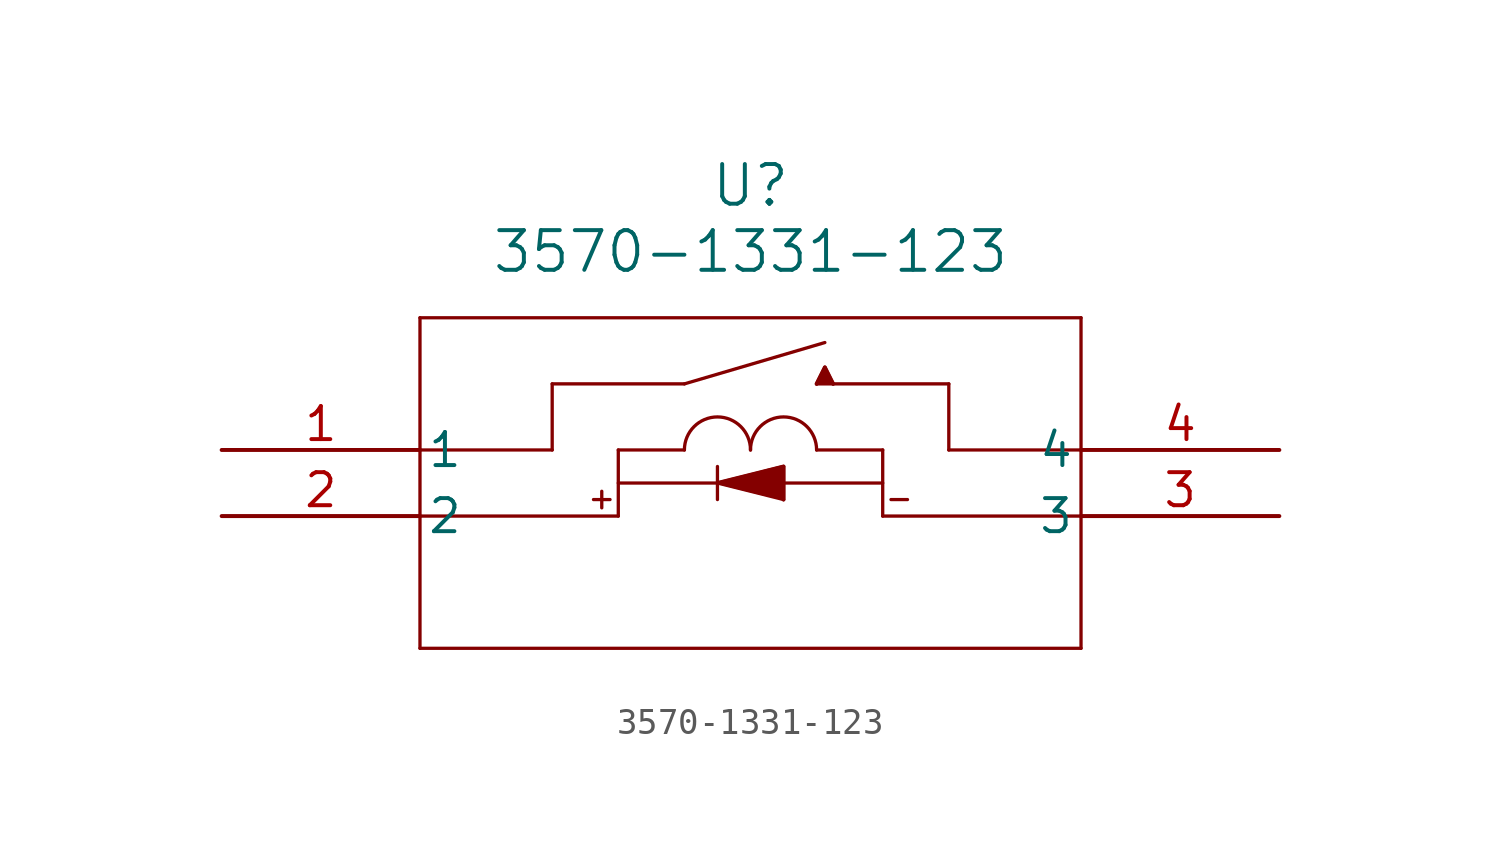
<source format=kicad_sym>
(kicad_symbol_lib
  (version 20220914)
  (generator kicad_symbol_editor)
  (symbol "3570-1331-123"
    (pin_names
      (offset 0.254))
    (property "Reference" "U"
      (at 20.32 10.16 0)
      (effects (font (size 1.524 1.524))))
    (property "Value" "3570-1331-123"
      (at 20.32 7.62 0)
      (effects (font (size 1.524 1.524))))
    (property "ki_locked" ""
      (at 0 0 0)
      (effects (font (size 1.27 1.27))))
    (symbol "3570-1331-123_0_1"
      (polyline (pts (xy 7.62 -7.62) (xy 33.02 -7.62)) (stroke (width 0.127) (type default)) (fill (type none)))
      (polyline (pts (xy 7.62 0) (xy 12.7 0)) (stroke (width 0.127) (type default)) (fill (type none)))
      (polyline (pts (xy 7.62 5.08) (xy 7.62 -7.62)) (stroke (width 0.127) (type default)) (fill (type none)))
      (polyline (pts (xy 12.7 0) (xy 12.7 2.54)) (stroke (width 0.127) (type default)) (fill (type none)))
      (polyline (pts (xy 12.7 2.54) (xy 17.78 2.54)) (stroke (width 0.127) (type default)) (fill (type none)))
      (polyline (pts (xy 14.287 -1.905) (xy 14.922 -1.905)) (stroke (width 0.127) (type default)) (fill (type none)))
      (polyline (pts (xy 14.605 -1.587) (xy 14.605 -2.223)) (stroke (width 0.127) (type default)) (fill (type none)))
      (polyline (pts (xy 15.24 -2.54) (xy 7.62 -2.54)) (stroke (width 0.127) (type default)) (fill (type none)))
      (polyline (pts (xy 15.24 -1.27) (xy 25.4 -1.27)) (stroke (width 0.127) (type default)) (fill (type none)))
      (polyline (pts (xy 15.24 0) (xy 15.24 -2.54)) (stroke (width 0.127) (type default)) (fill (type none)))
      (polyline (pts (xy 15.24 0) (xy 17.78 0)) (stroke (width 0.127) (type default)) (fill (type none)))
      (polyline (pts (xy 17.78 2.54) (xy 23.177 4.128)) (stroke (width 0.127) (type default)) (fill (type none)))
      (polyline (pts (xy 19.05 -1.27) (xy 21.59 -0.635)) (stroke (width 0.127) (type default)) (fill (type none)))
      (polyline (pts (xy 19.05 -0.635) (xy 19.05 -1.905)) (stroke (width 0.127) (type default)) (fill (type none)))
      (polyline (pts (xy 21.59 -1.905) (xy 19.05 -1.27)) (stroke (width 0.127) (type default)) (fill (type none)))
      (polyline (pts (xy 21.59 -1.905) (xy 21.59 -0.635)) (stroke (width 0.127) (type default)) (fill (type none)))
      (polyline (pts (xy 22.86 2.54) (xy 23.177 3.175)) (stroke (width 0.127) (type default)) (fill (type none)))
      (polyline (pts (xy 22.86 2.54) (xy 27.94 2.54)) (stroke (width 0.127) (type default)) (fill (type none)))
      (polyline (pts (xy 23.177 3.175) (xy 23.495 2.54)) (stroke (width 0.127) (type default)) (fill (type none)))
      (polyline (pts (xy 25.4 -2.54) (xy 33.02 -2.54)) (stroke (width 0.127) (type default)) (fill (type none)))
      (polyline (pts (xy 25.4 0) (xy 22.86 0)) (stroke (width 0.127) (type default)) (fill (type none)))
      (polyline (pts (xy 25.4 0) (xy 25.4 -2.54)) (stroke (width 0.127) (type default)) (fill (type none)))
      (polyline (pts (xy 25.718 -1.905) (xy 26.352 -1.905)) (stroke (width 0.127) (type default)) (fill (type none)))
      (polyline (pts (xy 27.94 0) (xy 27.94 2.54)) (stroke (width 0.127) (type default)) (fill (type none)))
      (polyline (pts (xy 33.02 -7.62) (xy 33.02 5.08)) (stroke (width 0.127) (type default)) (fill (type none)))
      (polyline (pts (xy 33.02 0) (xy 27.94 0)) (stroke (width 0.127) (type default)) (fill (type none)))
      (polyline (pts (xy 33.02 5.08) (xy 7.62 5.08)) (stroke (width 0.127) (type default)) (fill (type none)))
      (polyline (pts (xy 19.05 -1.27) (xy 21.59 -0.635) (xy 21.59 -1.905)) (stroke (width 0) (type default)) (fill (type outline)))
      (polyline (pts (xy 22.86 2.54) (xy 23.177 3.175) (xy 23.495 2.54)) (stroke (width 0) (type default)) (fill (type outline)))
      (arc (start 20.32 0) (mid 19.05 1.2645) (end 17.78 0) (stroke (width 0.127) (type default)) (fill (type none)))
      (arc (start 22.86 0) (mid 21.59 1.2645) (end 20.32 0) (stroke (width 0.127) (type default)) (fill (type none)))
      (pin unspecified line (at 0 0 0) (length 7.62) (name "1" (effects (font (size 1.27 1.27)))) (number "1" (effects (font (size 1.27 1.27)))))
      (pin unspecified line (at 0 -2.54 0) (length 7.62) (name "2" (effects (font (size 1.27 1.27)))) (number "2" (effects (font (size 1.27 1.27)))))
      (pin unspecified line (at 40.64 -2.54 180) (length 7.62) (name "3" (effects (font (size 1.27 1.27)))) (number "3" (effects (font (size 1.27 1.27)))))
      (pin unspecified line (at 40.64 0 180) (length 7.62) (name "4" (effects (font (size 1.27 1.27)))) (number "4" (effects (font (size 1.27 1.27))))))))
</source>
